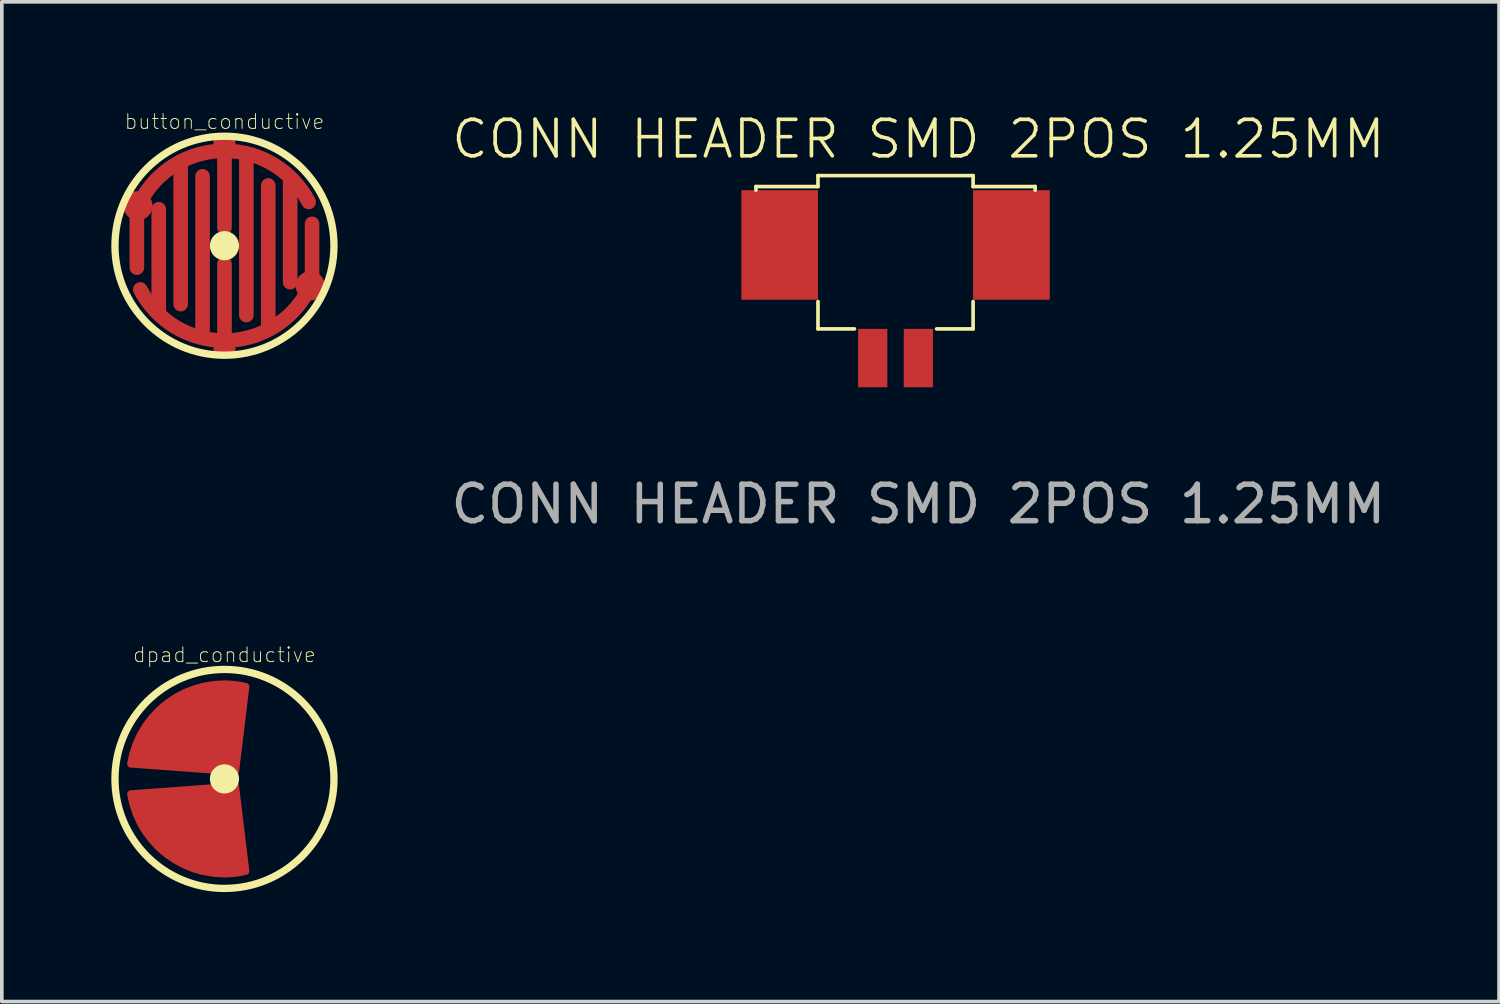
<source format=kicad_pcb>
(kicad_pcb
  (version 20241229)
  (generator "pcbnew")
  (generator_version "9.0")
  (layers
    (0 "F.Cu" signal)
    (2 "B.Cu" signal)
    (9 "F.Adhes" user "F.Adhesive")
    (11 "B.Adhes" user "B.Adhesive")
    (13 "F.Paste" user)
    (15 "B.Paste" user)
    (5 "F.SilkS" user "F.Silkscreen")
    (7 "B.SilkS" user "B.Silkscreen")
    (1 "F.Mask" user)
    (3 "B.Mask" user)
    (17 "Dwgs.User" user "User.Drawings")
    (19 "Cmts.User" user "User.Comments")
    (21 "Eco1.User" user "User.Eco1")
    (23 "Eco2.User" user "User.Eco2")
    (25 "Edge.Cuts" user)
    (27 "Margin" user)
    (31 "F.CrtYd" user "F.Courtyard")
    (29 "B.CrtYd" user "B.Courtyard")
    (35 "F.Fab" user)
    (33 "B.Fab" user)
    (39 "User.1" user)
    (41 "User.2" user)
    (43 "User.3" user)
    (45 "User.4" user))
  (footprint "button_conductive"
    (layer "F.Cu")
    (at 3.1 3.682)
    (property "Reference" "button_conductive" (at 0 -3.4 0) (layer "F.SilkS") (effects (font (size 0.406 0.406) (thickness 0.025))))
    (attr smd)
    (fp_line (start -2.4 0.6) (end -2.4 -1) (stroke (width 0.4) (type default)) (layer "F.Cu"))
    (fp_line (start -1.8 1.8) (end -1.8 -1) (stroke (width 0.4) (type default)) (layer "F.Cu"))
    (fp_line (start -1.2 1.6) (end -1.2 -2.3) (stroke (width 0.4) (type default)) (layer "F.Cu"))
    (fp_line (start -0.6 2.5) (end -0.6 -1.9) (stroke (width 0.4) (type default)) (layer "F.Cu"))
    (fp_line (start 0 -0.5) (end 0 -2.6) (stroke (width 0.4) (type default)) (layer "F.Cu"))
    (fp_line (start 0 2.6) (end 0 0.5) (stroke (width 0.4) (type default)) (layer "F.Cu"))
    (fp_line (start 0.6 1.9) (end 0.6 -2.5) (stroke (width 0.4) (type default)) (layer "F.Cu"))
    (fp_line (start 1.2 2.25) (end 1.2 -1.65) (stroke (width 0.4) (type default)) (layer "F.Cu"))
    (fp_line (start 1.8 1) (end 1.8 -1.8) (stroke (width 0.4) (type default)) (layer "F.Cu"))
    (fp_line (start 2.4 1) (end 2.4 -0.6) (stroke (width 0.4) (type default)) (layer "F.Cu"))
    (fp_arc (start -2.306764 -1.199517) (mid -1.349307 -2.22247) (end 0 -2.6) (stroke (width 0.4) (type default)) (layer "F.Cu"))
    (fp_arc (start 0 -2.6) (mid 1.349307 -2.22247) (end 2.306764 -1.199517) (stroke (width 0.4) (type default)) (layer "F.Cu"))
    (fp_arc (start 0 2.6) (mid -1.349307 2.22247) (end -2.306764 1.199517) (stroke (width 0.4) (type default)) (layer "F.Cu"))
    (fp_arc (start 2.306764 1.199517) (mid 1.349307 2.22247) (end 0 2.6) (stroke (width 0.4) (type default)) (layer "F.Cu"))
    (fp_circle (center -2.372 -1.096) (end -2.372 -1.096) (stroke (width 0.4) (type default)) (fill no) (layer "F.Cu"))
    (fp_circle (center 2.35 1.1) (end 2.35 1.1) (stroke (width 0.4) (type default)) (fill no) (layer "F.Cu"))
    (fp_circle (center 0 0) (end 0.000001 0) (stroke (width 0.4) (type default)) (fill no) (layer "F.SilkS"))
    (fp_circle (center 0 0) (end 3 0) (stroke (width 0.2) (type default)) (fill no) (layer "F.SilkS"))
    (pad "1" smd roundrect (at 0 -2.7) (size 0.6 0.6) (layers "F.Cu" "F.Mask" "F.Paste") (roundrect_rratio 0.25))
    (pad "2" smd roundrect (at 0 2.7) (size 0.6 0.6) (layers "F.Cu" "F.Mask" "F.Paste") (roundrect_rratio 0.25)))
  (footprint "dpad_conductive"
    (layer "F.Cu")
    (at 3.1 18.291)
    (property "Reference" "dpad_conductive" (at 0 -3.4 0) (layer "F.SilkS") (effects (font (size 0.406 0.406) (thickness 0.025))))
    (attr smd)
    (fp_circle (center 0 0) (end 0.000001 0) (stroke (width 0.4) (type default)) (fill no) (layer "F.SilkS"))
    (fp_circle (center 0 0) (end 3 0) (stroke (width 0.2) (type default)) (fill no) (layer "F.SilkS"))
    (pad "1" smd custom (at 0.3 -2.3) (size 0.6 0.6) (layers "F.Cu" "F.Mask" "F.Paste") (options (anchor circle)) (primitives (gr_poly (pts (xy -0.3 -0.15) (xy -0.289 -0.207) (xy -0.256 -0.256) (xy -0.207 -0.289) (xy -0.15 -0.3) (xy 0.15 -0.3) (xy 0.207 -0.289) (xy 0.256 -0.256) (xy 0.289 -0.207) (xy 0.3 -0.15) (xy 0.3 0.15) (xy 0.289 0.207) (xy 0.256 0.256) (xy 0.207 0.289) (xy 0.15 0.3) (xy -0.15 0.3) (xy -0.207 0.289) (xy -0.256 0.256) (xy -0.289 0.207) (xy -0.3 0.15)) (width 0) (fill yes)) (gr_line (start 0.282 -0.228) (end 0 2.1) (width 0.2)) (gr_line (start -2.867 1.889) (end 0 2.1) (width 0.2)) (gr_arc (start -2.867346 1.889225) (mid -1.987007 0.321615) (end -0.3 -0.3) (width 0.2)) (gr_arc (start -0.3 -0.3) (mid -0.00676 -0.282018) (end 0.282086 -0.228342) (width 0.2)) (gr_poly (pts (xy 0 2.1) (xy 0.282 -0.228) (xy -1.3 -0.1) (xy -1.987 0.322) (xy -2.522 0.951) (xy -2.867 1.889)) (width 0.2) (fill yes))))
    (pad "2" smd custom (at 0.3 2.3) (size 0.6 0.6) (layers "F.Cu" "F.Mask" "F.Paste") (options (anchor circle)) (primitives (gr_poly (pts (xy -0.3 -0.15) (xy -0.289 -0.207) (xy -0.256 -0.256) (xy -0.207 -0.289) (xy -0.15 -0.3) (xy 0.15 -0.3) (xy 0.207 -0.289) (xy 0.256 -0.256) (xy 0.289 -0.207) (xy 0.3 -0.15) (xy 0.3 0.15) (xy 0.289 0.207) (xy 0.256 0.256) (xy 0.207 0.289) (xy 0.15 0.3) (xy -0.15 0.3) (xy -0.207 0.289) (xy -0.256 0.256) (xy -0.289 0.207) (xy -0.3 0.15)) (width 0) (fill yes)) (gr_line (start 0.282 0.228) (end 0 -2.1) (width 0.2)) (gr_line (start -2.867 -1.889) (end 0 -2.1) (width 0.2)) (gr_arc (start -0.3 0.3) (mid -1.987007 -0.321615) (end -2.867346 -1.889225) (width 0.2)) (gr_arc (start 0.282086 0.228342) (mid -0.00676 0.282018) (end -0.3 0.3) (width 0.2)) (gr_poly (pts (xy 0 -2.1) (xy 0.282 0.228) (xy -1.3 0.1) (xy -1.987 -0.322) (xy -2.522 -0.951) (xy -2.867 -1.889)) (width 0.2) (fill yes)))))
  (footprint "CONN HEADER SMD 2POS 1.25MM"
    (layer "F.Cu")
    (at 22.111 6.761)
    (property "Reference" "CONN HEADER SMD 2POS 1.25MM" (at 0 -6 0) (unlocked yes) (layer "F.SilkS") (effects (font (size 1 1) (thickness 0.1))))
    (attr smd)
    (fp_line (start -4.45 -4.7) (end -4.45 -4.6) (stroke (width 0.1) (type default)) (layer "F.SilkS"))
    (fp_line (start -4.45 -4.7) (end -2.75 -4.7) (stroke (width 0.1) (type default)) (layer "F.SilkS"))
    (fp_line (start -2.75 -5) (end -2.75 -4.7) (stroke (width 0.1) (type default)) (layer "F.SilkS"))
    (fp_line (start -2.75 -1.55) (end -2.75 -0.8) (stroke (width 0.1) (type default)) (layer "F.SilkS"))
    (fp_line (start -2.75 -0.8) (end -1.75 -0.8) (stroke (width 0.1) (type default)) (layer "F.SilkS"))
    (fp_line (start 0.5 -0.8) (end 1.5 -0.8) (stroke (width 0.1) (type default)) (layer "F.SilkS"))
    (fp_line (start 1.5 -5) (end -2.75 -5) (stroke (width 0.1) (type default)) (layer "F.SilkS"))
    (fp_line (start 1.5 -4.7) (end 1.5 -5) (stroke (width 0.1) (type default)) (layer "F.SilkS"))
    (fp_line (start 1.5 -1.55) (end 1.5 -0.8) (stroke (width 0.1) (type default)) (layer "F.SilkS"))
    (fp_line (start 3.2 -4.7) (end 1.5 -4.7) (stroke (width 0.1) (type default)) (layer "F.SilkS"))
    (fp_line (start 3.2 -4.6) (end 3.2 -4.7) (stroke (width 0.1) (type default)) (layer "F.SilkS"))
    (fp_text user "${REFERENCE}" (at 0 4 0) (unlocked yes) (layer "F.Fab") (effects (font (size 1 1) (thickness 0.15))))
    (pad "1" smd rect (at 0 0) (size 0.8 1.6) (layers "F.Cu" "F.Mask" "F.Paste"))
    (pad "2" smd rect (at -1.25 0) (size 0.8 1.6) (layers "F.Cu" "F.Mask" "F.Paste"))
    (pad "3" smd rect (at -3.8 -3.1) (size 2.1 3) (layers "F.Cu" "F.Mask" "F.Paste"))
    (pad "3" smd rect (at 2.55 -3.1) (size 2.1 3) (layers "F.Cu" "F.Mask" "F.Paste")))
  (gr_rect
    (start -3 -3)
    (end 38.021 24.391)
    (stroke (width 0.1) (type default))
    (fill no)
    (layer "Edge.Cuts")))
</source>
